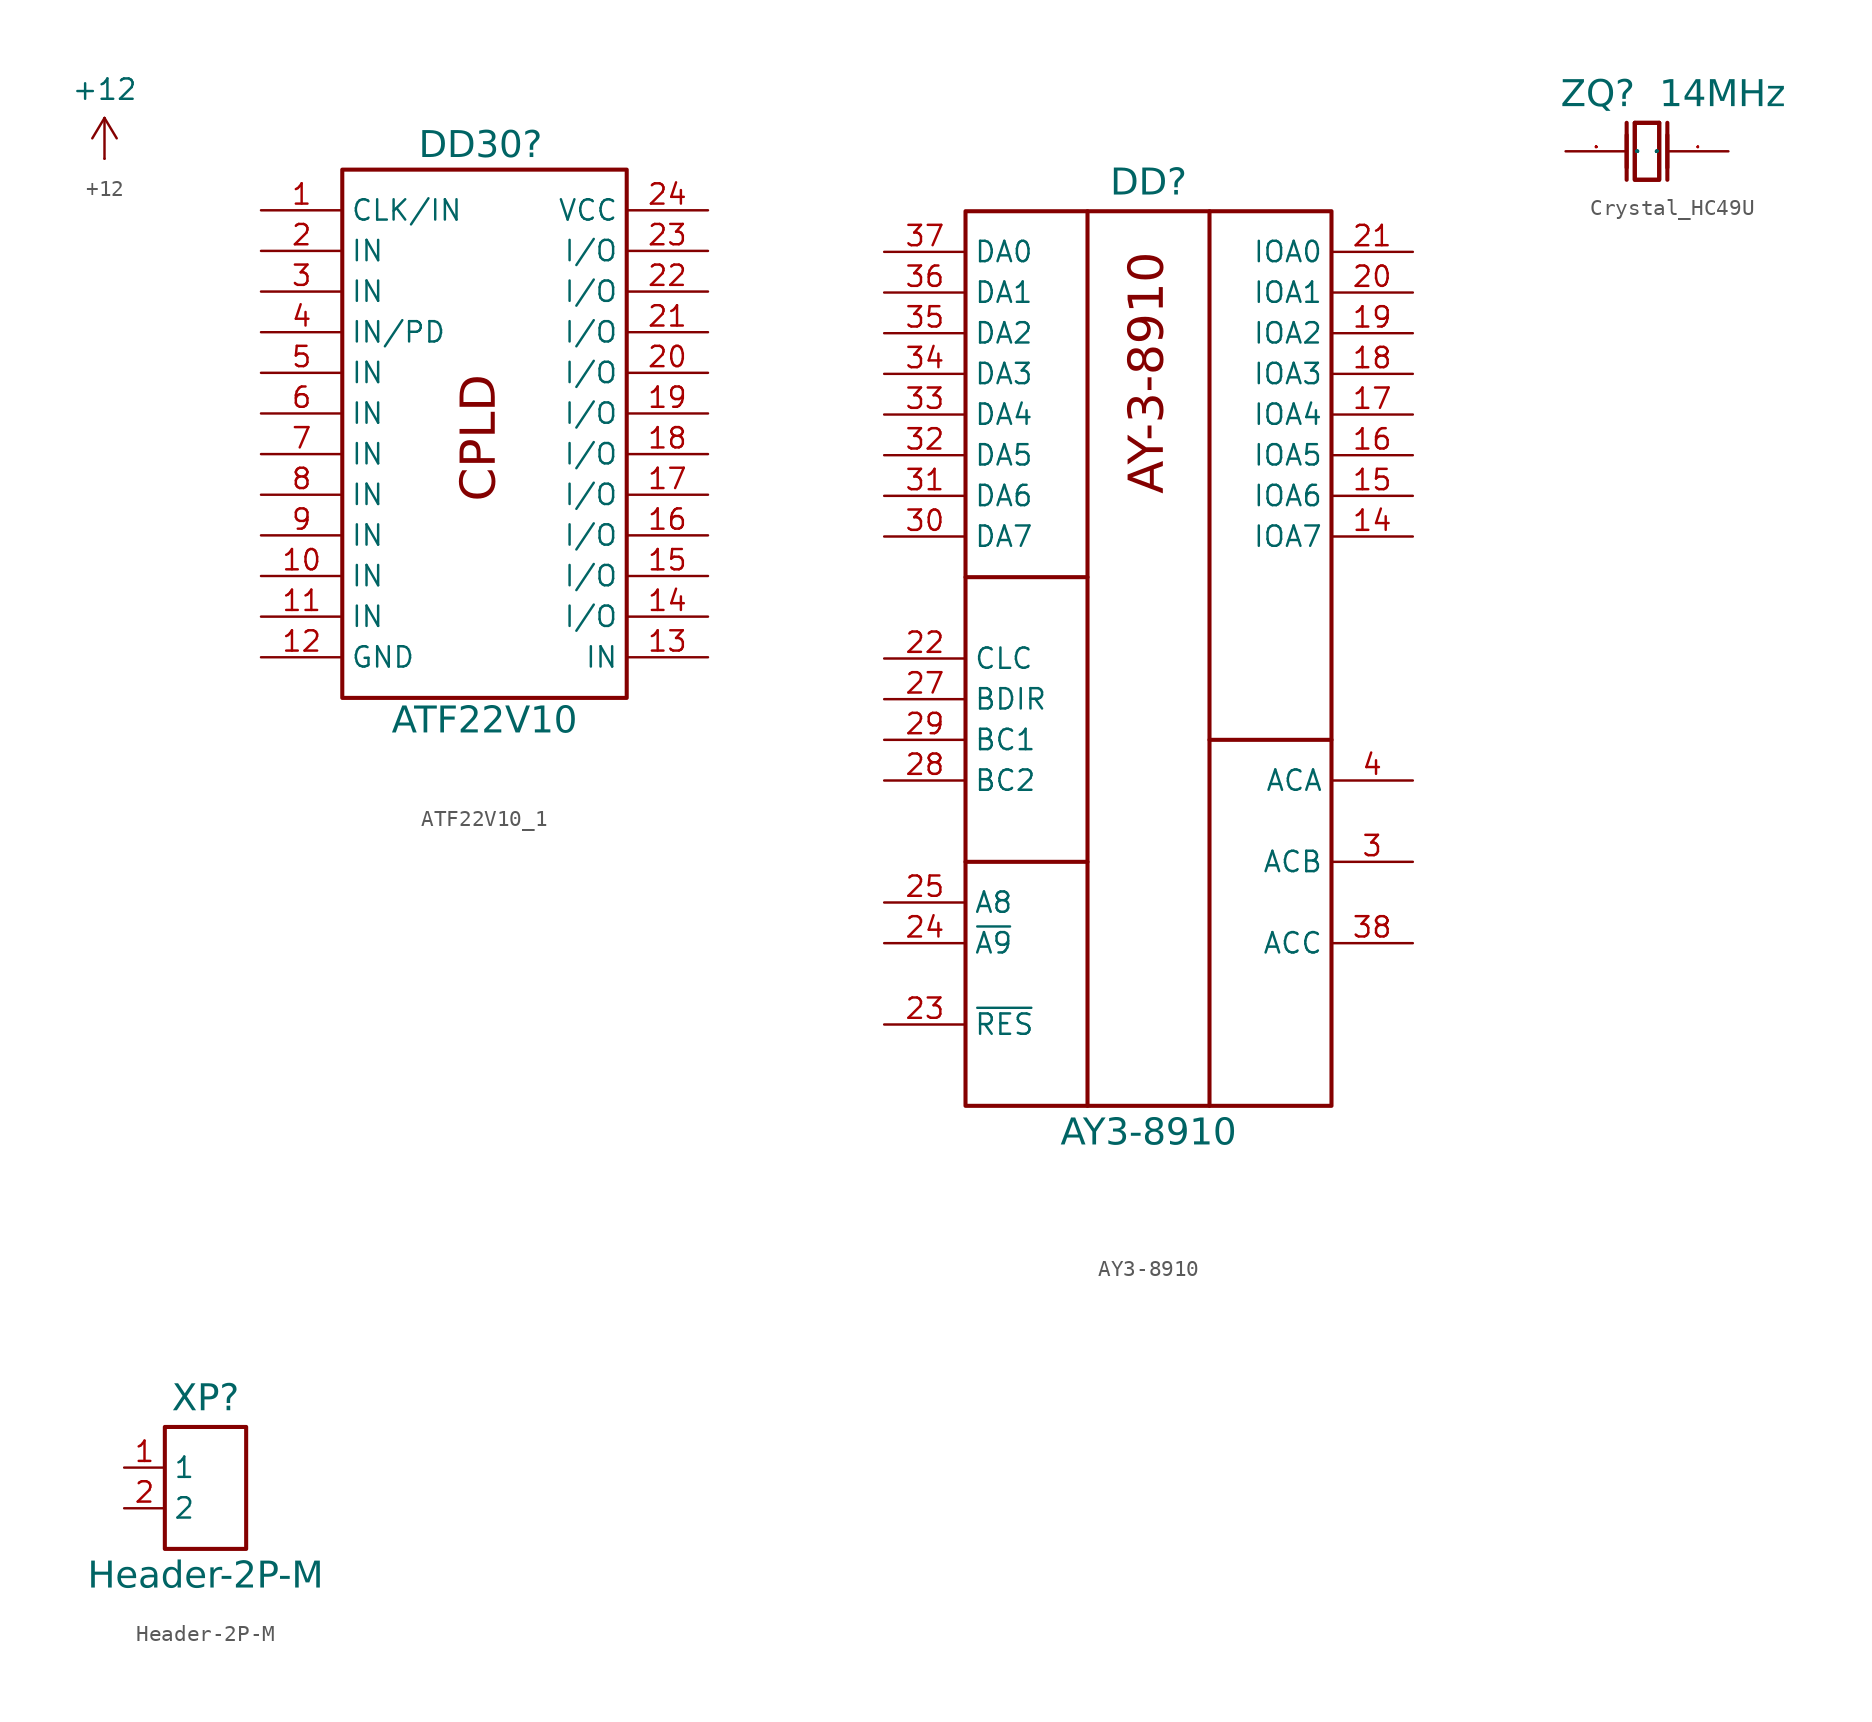
<source format=kicad_sym>
(kicad_symbol_lib
  (version 20241209)
  (generator "kicad_symbol_editor")
  (generator_version "9.0")
  (symbol "+12"
    (power)
    (pin_numbers
      (hide yes))
    (pin_names
      (offset 0)
      (hide yes))
    (property "Reference" "#PWR09"
      (at 0 -3.81 0)
      (effects (font (size 1.27 1.27)) (hide yes)))
    (property "Value" "+12"
      (at 0 4.318 0)
      (effects (font (size 1.27 1.27))))
    (symbol "+12_0_1"
      (polyline (pts (xy -0.762 1.27) (xy 0 2.54)) (stroke (width 0) (type default)) (fill (type none)))
      (polyline (pts (xy 0 2.54) (xy 0.762 1.27)) (stroke (width 0) (type default)) (fill (type none)))
      (polyline (pts (xy 0 0) (xy 0 2.54)) (stroke (width 0) (type default)) (fill (type none))))
    (symbol "+12_1_1"
      (pin power_in line (at 0 0 90) (length 0) (name "~" (effects (font (size 1.27 1.27)))) (number "1" (effects (font (size 1.27 1.27)))))))
  (symbol "ATF22V10_1"
    (property "Reference" "DD30"
      (at 13.716 3.048 0)
      (do_not_autoplace)
      (effects (font (face "Input Sans Condensed") (size 1.651 1.651)) (justify bottom)))
    (property "Value" "ATF22V10"
      (at 13.97 -30.988 0)
      (do_not_autoplace)
      (effects (font (face "Input Sans Condensed") (size 1.651 1.651)) (justify top)))
    (symbol "ATF22V10_1_0_0"
      (rectangle (start 5.08 2.54) (end 22.86 -30.48) (stroke (width 0.254) (type solid)) (fill (type none)))
      (pin input line (at 0 -10.16 0) (length 5.08) (name "IN" (effects (font (size 1.27 1.27)))) (number "5" (effects (font (size 1.27 1.27)))))
      (pin input line (at 0 -12.7 0) (length 5.08) (name "IN" (effects (font (size 1.27 1.27)))) (number "6" (effects (font (size 1.27 1.27)))))
      (pin input line (at 0 -15.24 0) (length 5.08) (name "IN" (effects (font (size 1.27 1.27)))) (number "7" (effects (font (size 1.27 1.27)))))
      (pin input line (at 0 -17.78 0) (length 5.08) (name "IN" (effects (font (size 1.27 1.27)))) (number "8" (effects (font (size 1.27 1.27)))))
      (pin input line (at 0 -20.32 0) (length 5.08) (name "IN" (effects (font (size 1.27 1.27)))) (number "9" (effects (font (size 1.27 1.27)))))
      (pin input line (at 0 -22.86 0) (length 5.08) (name "IN" (effects (font (size 1.27 1.27)))) (number "10" (effects (font (size 1.27 1.27)))))
      (pin input line (at 0 -25.4 0) (length 5.08) (name "IN" (effects (font (size 1.27 1.27)))) (number "11" (effects (font (size 1.27 1.27)))))
      (pin power_in line (at 0 -27.94 0) (length 5.08) (name "GND" (effects (font (size 1.27 1.27)))) (number "12" (effects (font (size 1.27 1.27)))))
      (pin power_in line (at 27.94 0 180) (length 5.08) (name "VCC" (effects (font (size 1.27 1.27)))) (number "24" (effects (font (size 1.27 1.27)))))
      (pin bidirectional line (at 27.94 -2.54 180) (length 5.08) (name "I/O" (effects (font (size 1.27 1.27)))) (number "23" (effects (font (size 1.27 1.27)))))
      (pin bidirectional line (at 27.94 -7.62 180) (length 5.08) (name "I/O" (effects (font (size 1.27 1.27)))) (number "21" (effects (font (size 1.27 1.27)))))
      (pin bidirectional line (at 27.94 -10.16 180) (length 5.08) (name "I/O" (effects (font (size 1.27 1.27)))) (number "20" (effects (font (size 1.27 1.27)))))
      (pin bidirectional line (at 27.94 -12.7 180) (length 5.08) (name "I/O" (effects (font (size 1.27 1.27)))) (number "19" (effects (font (size 1.27 1.27)))))
      (pin bidirectional line (at 27.94 -15.24 180) (length 5.08) (name "I/O" (effects (font (size 1.27 1.27)))) (number "18" (effects (font (size 1.27 1.27)))))
      (pin bidirectional line (at 27.94 -17.78 180) (length 5.08) (name "I/O" (effects (font (size 1.27 1.27)))) (number "17" (effects (font (size 1.27 1.27)))))
      (pin bidirectional line (at 27.94 -20.32 180) (length 5.08) (name "I/O" (effects (font (size 1.27 1.27)))) (number "16" (effects (font (size 1.27 1.27)))))
      (pin bidirectional line (at 27.94 -22.86 180) (length 5.08) (name "I/O" (effects (font (size 1.27 1.27)))) (number "15" (effects (font (size 1.27 1.27)))))
      (pin bidirectional line (at 27.94 -25.4 180) (length 5.08) (name "I/O" (effects (font (size 1.27 1.27)))) (number "14" (effects (font (size 1.27 1.27)))))
      (pin input line (at 27.94 -27.94 180) (length 5.08) (name "IN" (effects (font (size 1.27 1.27)))) (number "13" (effects (font (size 1.27 1.27))))))
    (symbol "ATF22V10_1_1_0"
      (pin input line (at 0 0 0) (length 5.08) (name "CLK/IN" (effects (font (size 1.27 1.27)))) (number "1" (effects (font (size 1.27 1.27)))))
      (pin input line (at 0 -2.54 0) (length 5.08) (name "IN" (effects (font (size 1.27 1.27)))) (number "2" (effects (font (size 1.27 1.27)))))
      (pin input line (at 0 -5.08 0) (length 5.08) (name "IN" (effects (font (size 1.27 1.27)))) (number "3" (effects (font (size 1.27 1.27)))))
      (pin input line (at 0 -7.62 0) (length 5.08) (name "IN/PD" (effects (font (size 1.27 1.27)))) (number "4" (effects (font (size 1.27 1.27)))))
      (pin input line (at 27.94 -5.08 180) (length 5.08) (name "I/O" (effects (font (size 1.27 1.27)))) (number "22" (effects (font (size 1.27 1.27))))))
    (symbol "ATF22V10_1_1_1"
      (text "CPLD" (at 13.716 -14.224 900) (effects (font (face "Input Sans Condensed") (size 2.159 2.159))))))
  (symbol "AY3-8910"
    (property "Reference" "DD"
      (at 16.51 3.302 0)
      (do_not_autoplace)
      (effects (font (face "Input Sans Condensed") (size 1.651 1.651)) (justify bottom)))
    (property "Value" "AY3-8910"
      (at 16.51 -54.102 0)
      (do_not_autoplace)
      (effects (font (face "Input Sans Condensed") (size 1.651 1.651)) (justify top)))
    (symbol "AY3-8910_0_0"
      (rectangle (start 5.08 2.54) (end 27.94 -53.34) (stroke (width 0.254) (type solid)) (fill (type none)))
      (polyline (pts (xy 12.7 2.54) (xy 12.7 -53.34)) (stroke (width 0.254) (type solid)) (fill (type none)))
      (polyline (pts (xy 20.32 2.54) (xy 20.32 -53.34)) (stroke (width 0.254) (type solid)) (fill (type none))))
    (symbol "AY3-8910_1_0"
      (pin tri_state line (at 0 0 0) (length 5.08) (name "DA0" (effects (font (size 1.27 1.27)))) (number "37" (effects (font (size 1.27 1.27)))))
      (pin tri_state line (at 0 -2.54 0) (length 5.08) (name "DA1" (effects (font (size 1.27 1.27)))) (number "36" (effects (font (size 1.27 1.27)))))
      (pin tri_state line (at 0 -5.08 0) (length 5.08) (name "DA2" (effects (font (size 1.27 1.27)))) (number "35" (effects (font (size 1.27 1.27)))))
      (pin tri_state line (at 0 -7.62 0) (length 5.08) (name "DA3" (effects (font (size 1.27 1.27)))) (number "34" (effects (font (size 1.27 1.27)))))
      (pin tri_state line (at 0 -10.16 0) (length 5.08) (name "DA4" (effects (font (size 1.27 1.27)))) (number "33" (effects (font (size 1.27 1.27)))))
      (pin tri_state line (at 0 -12.7 0) (length 5.08) (name "DA5" (effects (font (size 1.27 1.27)))) (number "32" (effects (font (size 1.27 1.27)))))
      (pin tri_state line (at 0 -15.24 0) (length 5.08) (name "DA6" (effects (font (size 1.27 1.27)))) (number "31" (effects (font (size 1.27 1.27)))))
      (pin tri_state line (at 0 -17.78 0) (length 5.08) (name "DA7" (effects (font (size 1.27 1.27)))) (number "30" (effects (font (size 1.27 1.27)))))
      (pin input line (at 0 -25.4 0) (length 5.08) (name "CLC" (effects (font (size 1.27 1.27)))) (number "22" (effects (font (size 1.27 1.27)))))
      (pin input line (at 0 -27.94 0) (length 5.08) (name "BDIR" (effects (font (size 1.27 1.27)))) (number "27" (effects (font (size 1.27 1.27)))))
      (pin input line (at 0 -30.48 0) (length 5.08) (name "BC1" (effects (font (size 1.27 1.27)))) (number "29" (effects (font (size 1.27 1.27)))))
      (pin input line (at 0 -33.02 0) (length 5.08) (name "BC2" (effects (font (size 1.27 1.27)))) (number "28" (effects (font (size 1.27 1.27)))))
      (pin input line (at 0 -40.64 0) (length 5.08) (name "A8" (effects (font (size 1.27 1.27)))) (number "25" (effects (font (size 1.27 1.27)))))
      (pin input line (at 0 -43.18 0) (length 5.08) (name "~{A9}" (effects (font (size 1.27 1.27)))) (number "24" (effects (font (size 1.27 1.27)))))
      (pin input line (at 0 -48.26 0) (length 5.08) (name "~{RES}" (effects (font (size 1.27 1.27)))) (number "23" (effects (font (size 1.27 1.27)))))
      (pin power_in line (at 30.48 -48.26 180) (length 2.54) (hide yes) (name "VCC" (effects (font (size 1.27 1.27)))) (number "40" (effects (font (size 1.27 1.27)))))
      (pin power_in line (at 30.48 -50.8 180) (length 2.54) (hide yes) (name "GND" (effects (font (size 1.27 1.27)))) (number "1" (effects (font (size 1.27 1.27)))))
      (pin tri_state line (at 33.02 0 180) (length 5.08) (name "IOA0" (effects (font (size 1.27 1.27)))) (number "21" (effects (font (size 1.27 1.27)))))
      (pin tri_state line (at 33.02 -2.54 180) (length 5.08) (name "IOA1" (effects (font (size 1.27 1.27)))) (number "20" (effects (font (size 1.27 1.27)))))
      (pin tri_state line (at 33.02 -5.08 180) (length 5.08) (name "IOA2" (effects (font (size 1.27 1.27)))) (number "19" (effects (font (size 1.27 1.27)))))
      (pin tri_state line (at 33.02 -7.62 180) (length 5.08) (name "IOA3" (effects (font (size 1.27 1.27)))) (number "18" (effects (font (size 1.27 1.27)))))
      (pin tri_state line (at 33.02 -10.16 180) (length 5.08) (name "IOA4" (effects (font (size 1.27 1.27)))) (number "17" (effects (font (size 1.27 1.27)))))
      (pin tri_state line (at 33.02 -12.7 180) (length 5.08) (name "IOA5" (effects (font (size 1.27 1.27)))) (number "16" (effects (font (size 1.27 1.27)))))
      (pin tri_state line (at 33.02 -15.24 180) (length 5.08) (name "IOA6" (effects (font (size 1.27 1.27)))) (number "15" (effects (font (size 1.27 1.27)))))
      (pin tri_state line (at 33.02 -17.78 180) (length 5.08) (name "IOA7" (effects (font (size 1.27 1.27)))) (number "14" (effects (font (size 1.27 1.27)))))
      (pin output line (at 33.02 -33.02 180) (length 5.08) (name "ACA" (effects (font (size 1.27 1.27)))) (number "4" (effects (font (size 1.27 1.27)))))
      (pin output line (at 33.02 -38.1 180) (length 5.08) (name "ACB" (effects (font (size 1.27 1.27)))) (number "3" (effects (font (size 1.27 1.27)))))
      (pin output line (at 33.02 -43.18 180) (length 5.08) (name "ACC" (effects (font (size 1.27 1.27)))) (number "38" (effects (font (size 1.27 1.27))))))
    (symbol "AY3-8910_1_1"
      (polyline (pts (xy 5.08 -20.32) (xy 12.7 -20.32)) (stroke (width 0.254) (type default)) (fill (type none)))
      (polyline (pts (xy 5.08 -38.1) (xy 12.7 -38.1)) (stroke (width 0.254) (type solid)) (fill (type none)))
      (polyline (pts (xy 10.033 -20.32) (xy 10.033 -20.32)) (stroke (width 0) (type default)) (fill (type none)))
      (polyline (pts (xy 10.033 -20.32) (xy 10.033 -20.32)) (stroke (width 0) (type default)) (fill (type none)))
      (polyline (pts (xy 20.32 -30.48) (xy 27.94 -30.48)) (stroke (width 0.254) (type solid)) (fill (type none)))
      (text "AY-3-8910" (at 16.51 0 900) (effects (font (face "Input Sans Condensed") (size 2.159 2.159)) (justify right)))))
  (symbol "Crystal_HC49U"
    (property "Reference" "ZQ"
      (at -0.762 2.54 0)
      (do_not_autoplace)
      (effects (font (face "Input Sans Condensed") (size 1.651 1.651)) (justify right bottom)))
    (property "Value" "14MHz"
      (at 0.762 2.54 0)
      (do_not_autoplace)
      (effects (font (face "Input Sans Condensed") (size 1.651 1.651)) (justify left bottom)))
    (symbol "Crystal_HC49U_0_0"
      (polyline (pts (xy -1.27 1.778) (xy -1.27 -1.778)) (stroke (width 0.254) (type solid)) (fill (type none)))
      (polyline (pts (xy -1.27 1.016) (xy -1.27 -1.016)) (stroke (width 0.254) (type solid)) (fill (type none)))
      (polyline (pts (xy -0.762 1.778) (xy 0.762 1.778)) (stroke (width 0.254) (type solid)) (fill (type none)))
      (polyline (pts (xy -0.762 -1.778) (xy -0.762 1.778) (xy 0.762 1.778) (xy 0.762 -1.778) (xy -0.762 -1.778)) (stroke (width 0.254) (type solid)) (fill (type none)))
      (polyline (pts (xy 0.762 1.778) (xy 0.762 -1.778) (xy -0.762 -1.778) (xy -0.762 1.778)) (stroke (width 0.254) (type solid)) (fill (type none)))
      (polyline (pts (xy 1.27 1.778) (xy 1.27 -1.778)) (stroke (width 0.254) (type solid)) (fill (type none)))
      (polyline (pts (xy 1.27 1.016) (xy 1.27 -1.016)) (stroke (width 0.254) (type solid)) (fill (type none))))
    (symbol "Crystal_HC49U_1_0"
      (pin passive line (at -5.08 0 0) (length 3.81) (name "OSC2" (effects (font (size 0.025 0.025)))) (number "2" (effects (font (size 0.025 0.025)))))
      (pin passive line (at 5.08 0 180) (length 3.81) (name "OSC1" (effects (font (size 0.025 0.025)))) (number "1" (effects (font (size 0.025 0.025)))))))
  (symbol "Header-2P-M"
    (property "Reference" "XP"
      (at 0 3.302 0)
      (do_not_autoplace)
      (effects (font (face "Input Sans Condensed") (size 1.651 1.651)) (justify bottom)))
    (property "Value" "Header-2P-M"
      (at 0 -5.842 0)
      (do_not_autoplace)
      (effects (font (face "Input Sans Condensed") (size 1.651 1.651)) (justify top)))
    (symbol "Header-2P-M_0_0"
      (rectangle (start -2.54 2.54) (end 2.54 -5.08) (stroke (width 0.254) (type solid)) (fill (type none))))
    (symbol "Header-2P-M_1_0"
      (pin passive line (at -5.08 0 0) (length 2.54) (name "1" (effects (font (size 1.27 1.27)))) (number "1" (effects (font (size 1.27 1.27)))))
      (pin passive line (at -5.08 -2.54 0) (length 2.54) (name "2" (effects (font (size 1.27 1.27)))) (number "2" (effects (font (size 1.27 1.27))))))))
</source>
